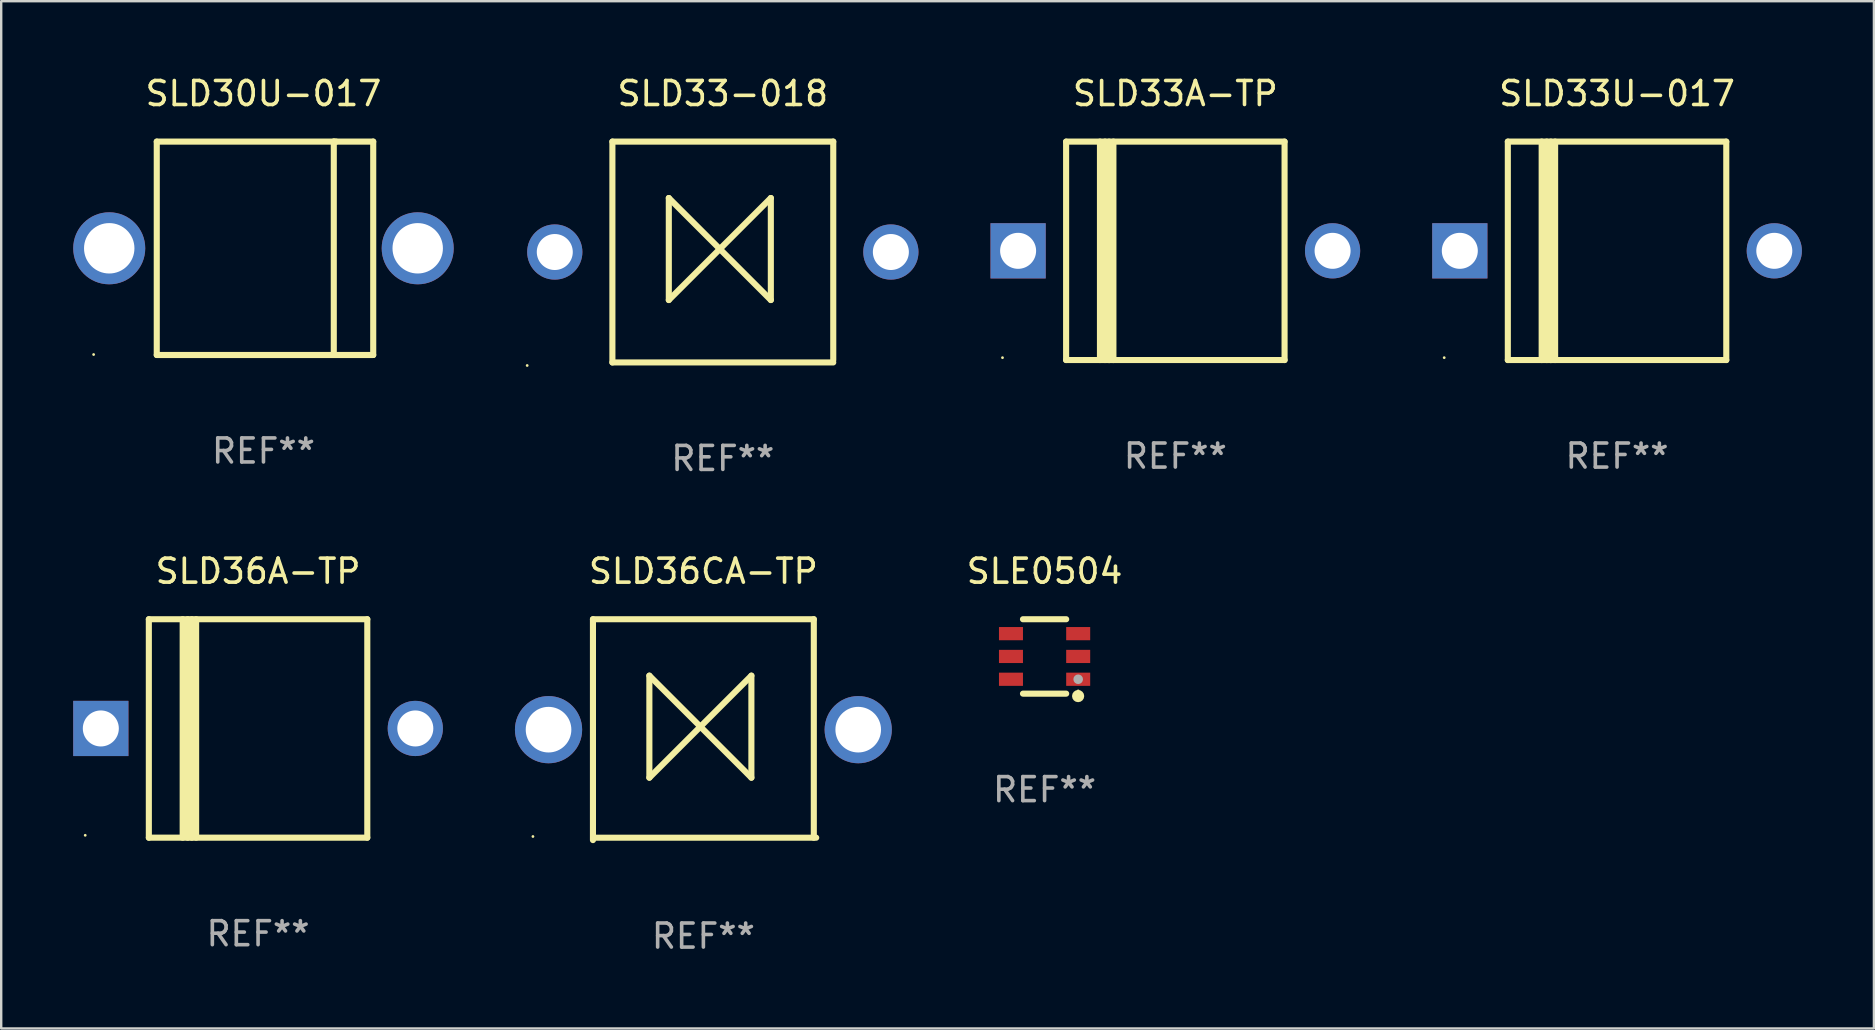
<source format=kicad_pcb>
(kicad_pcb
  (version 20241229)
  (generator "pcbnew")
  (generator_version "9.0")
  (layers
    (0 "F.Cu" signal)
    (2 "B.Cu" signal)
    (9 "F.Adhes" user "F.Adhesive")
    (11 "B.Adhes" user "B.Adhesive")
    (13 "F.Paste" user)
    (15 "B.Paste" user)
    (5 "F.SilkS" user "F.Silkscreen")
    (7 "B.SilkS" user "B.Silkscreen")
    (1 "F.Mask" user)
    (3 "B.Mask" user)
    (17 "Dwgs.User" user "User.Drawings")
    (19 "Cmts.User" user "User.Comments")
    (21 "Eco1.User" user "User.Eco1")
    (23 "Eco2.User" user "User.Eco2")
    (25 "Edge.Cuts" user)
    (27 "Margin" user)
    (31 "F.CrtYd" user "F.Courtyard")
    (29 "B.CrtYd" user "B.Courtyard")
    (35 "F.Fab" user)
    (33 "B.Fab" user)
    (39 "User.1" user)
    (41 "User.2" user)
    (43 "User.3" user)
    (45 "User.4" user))
  (footprint "SLD33U-017"
    (layer "F.Cu")
    (at 64.31 7.399)
    (property "Reference" "SLD33U-017" (at 0 -6.551 0) (layer "F.SilkS") (effects (font (size 1 1) (thickness 0.15))))
    (attr through_hole)
    (fp_line (start -4.55 -4.55) (end -4.55 4.55) (stroke (width 0.254) (type solid)) (layer "F.SilkS"))
    (fp_line (start -4.55 -4.55) (end 4.55 -4.55) (stroke (width 0.254) (type solid)) (layer "F.SilkS"))
    (fp_line (start -3.14 4.55) (end -3.14 -4.551) (stroke (width 0.254) (type solid)) (layer "F.SilkS"))
    (fp_line (start -2.93 4.55) (end -2.93 -4.551) (stroke (width 0.254) (type solid)) (layer "F.SilkS"))
    (fp_line (start -2.759 4.551) (end -2.759 -4.55) (stroke (width 0.254) (type solid)) (layer "F.SilkS"))
    (fp_line (start -2.58 4.55) (end -2.58 -4.551) (stroke (width 0.254) (type solid)) (layer "F.SilkS"))
    (fp_line (start 4.55 4.55) (end 4.55 -4.55) (stroke (width 0.254) (type solid)) (layer "F.SilkS"))
    (fp_line (start 4.55 4.549) (end -4.55 4.549) (stroke (width 0.254) (type solid)) (layer "F.SilkS"))
    (fp_circle (center -7.2 4.45) (end -7.17 4.45) (stroke (width 0.06) (type solid)) (fill no) (layer "F.SilkS"))
    (fp_text user "REF**" (at 0 8.551 0) (layer "F.Fab") (effects (font (size 1 1) (thickness 0.15))))
    (pad "1" thru_hole rect (at -6.55 -0.000483 180) (size 2.3 2.3) (drill 1.5) (layers "*.Cu" "*.Mask"))
    (pad "2" thru_hole circle (at 6.55 -0.000483) (size 2.3 2.3) (drill 1.5) (layers "*.Cu" "*.Mask")))
  (footprint "SLE0504"
    (layer "F.Cu")
    (at 40.463 24.295)
    (property "Reference" "SLE0504" (at 0 -3.55 0) (layer "F.SilkS") (effects (font (size 1 1) (thickness 0.15))))
    (attr through_hole)
    (fp_line (start -0.9 -1.55) (end 0.9 -1.55) (stroke (width 0.254) (type solid)) (layer "F.SilkS"))
    (fp_line (start -0.9 1.55) (end 0.9 1.55) (stroke (width 0.254) (type solid)) (layer "F.SilkS"))
    (fp_circle (center 1.397 1.651) (end 1.524 1.651) (stroke (width 0.254) (type solid)) (fill no) (layer "F.SilkS"))
    (fp_circle (center 1.4 1.435) (end 1.43 1.435) (stroke (width 0.06) (type solid)) (fill no) (layer "F.SilkS"))
    (fp_circle (center 1.4 0.95) (end 1.5 0.95) (stroke (width 0.2) (type solid)) (fill no) (layer "F.Fab"))
    (fp_text user "REF**" (at 0 5.55 0) (layer "F.Fab") (effects (font (size 1 1) (thickness 0.15))))
    (pad "1" smd rect (at 1.4 0.95) (size 1 0.55) (layers "F.Cu" "F.Mask" "F.Paste"))
    (pad "2" smd rect (at 1.4 -0.000102) (size 1 0.55) (layers "F.Cu" "F.Mask" "F.Paste"))
    (pad "3" smd rect (at 1.4 -0.95) (size 1 0.55) (layers "F.Cu" "F.Mask" "F.Paste"))
    (pad "4" smd rect (at -1.4 -0.95) (size 1 0.55) (layers "F.Cu" "F.Mask" "F.Paste"))
    (pad "5" smd rect (at -1.4 -0.000102) (size 1 0.55) (layers "F.Cu" "F.Mask" "F.Paste"))
    (pad "6" smd rect (at -1.4 0.95) (size 1 0.55) (layers "F.Cu" "F.Mask" "F.Paste")))
  (footprint "SLD36CA-TP"
    (layer "F.Cu")
    (at 26.25 27.345)
    (property "Reference" "SLD36CA-TP" (at 0 -6.6 0) (layer "F.SilkS") (effects (font (size 1 1) (thickness 0.15))))
    (attr through_hole)
    (fp_line (start -4.6 -4.6) (end -4.6 4.6) (stroke (width 0.254) (type solid)) (layer "F.SilkS"))
    (fp_line (start -4.6 -4.6) (end 4.6 -4.6) (stroke (width 0.254) (type solid)) (layer "F.SilkS"))
    (fp_line (start -4.5 4.5) (end 4.7 4.5) (stroke (width 0.254) (type solid)) (layer "F.SilkS"))
    (fp_line (start -2.25 -2.25) (end -2.25 2) (stroke (width 0.254) (type solid)) (layer "F.SilkS"))
    (fp_line (start -2.25 2) (end 2 -2.25) (stroke (width 0.254) (type solid)) (layer "F.SilkS"))
    (fp_line (start 2 -2.25) (end 2 2) (stroke (width 0.254) (type solid)) (layer "F.SilkS"))
    (fp_line (start 2 2) (end -2.25 -2.25) (stroke (width 0.254) (type solid)) (layer "F.SilkS"))
    (fp_line (start 4.6 -4.6) (end 4.6 4.5) (stroke (width 0.254) (type solid)) (layer "F.SilkS"))
    (fp_circle (center -7.1 4.45) (end -7.07 4.45) (stroke (width 0.06) (type solid)) (fill no) (layer "F.SilkS"))
    (fp_text user "REF**" (at 0 8.6 0) (layer "F.Fab") (effects (font (size 1 1) (thickness 0.15))))
    (pad "1" thru_hole circle (at -6.45 0) (size 2.8 2.8) (drill 1.9) (layers "*.Cu" "*.Mask"))
    (pad "2" thru_hole circle (at 6.45 0) (size 2.8 2.8) (drill 1.9) (layers "*.Cu" "*.Mask")))
  (footprint "SLD33A-TP"
    (layer "F.Cu")
    (at 45.91 7.399)
    (property "Reference" "SLD33A-TP" (at 0 -6.551 0) (layer "F.SilkS") (effects (font (size 1 1) (thickness 0.15))))
    (attr through_hole)
    (fp_line (start -4.55 -4.55) (end -4.55 4.55) (stroke (width 0.254) (type solid)) (layer "F.SilkS"))
    (fp_line (start -4.55 -4.55) (end 4.55 -4.55) (stroke (width 0.254) (type solid)) (layer "F.SilkS"))
    (fp_line (start -3.14 4.55) (end -3.14 -4.551) (stroke (width 0.254) (type solid)) (layer "F.SilkS"))
    (fp_line (start -2.93 4.55) (end -2.93 -4.551) (stroke (width 0.254) (type solid)) (layer "F.SilkS"))
    (fp_line (start -2.759 4.551) (end -2.759 -4.55) (stroke (width 0.254) (type solid)) (layer "F.SilkS"))
    (fp_line (start -2.58 4.55) (end -2.58 -4.551) (stroke (width 0.254) (type solid)) (layer "F.SilkS"))
    (fp_line (start 4.55 4.55) (end 4.55 -4.55) (stroke (width 0.254) (type solid)) (layer "F.SilkS"))
    (fp_line (start 4.55 4.549) (end -4.55 4.549) (stroke (width 0.254) (type solid)) (layer "F.SilkS"))
    (fp_circle (center -7.2 4.45) (end -7.17 4.45) (stroke (width 0.06) (type solid)) (fill no) (layer "F.SilkS"))
    (fp_text user "REF**" (at 0 8.551 0) (layer "F.Fab") (effects (font (size 1 1) (thickness 0.15))))
    (pad "1" thru_hole rect (at -6.55 -0.000483 180) (size 2.3 2.3) (drill 1.5) (layers "*.Cu" "*.Mask"))
    (pad "2" thru_hole circle (at 6.55 -0.000483) (size 2.3 2.3) (drill 1.5) (layers "*.Cu" "*.Mask")))
  (footprint "SLD36A-TP"
    (layer "F.Cu")
    (at 7.7 27.295)
    (property "Reference" "SLD36A-TP" (at 0 -6.551 0) (layer "F.SilkS") (effects (font (size 1 1) (thickness 0.15))))
    (attr through_hole)
    (fp_line (start -4.55 -4.55) (end -4.55 4.55) (stroke (width 0.254) (type solid)) (layer "F.SilkS"))
    (fp_line (start -4.55 -4.55) (end 4.55 -4.55) (stroke (width 0.254) (type solid)) (layer "F.SilkS"))
    (fp_line (start -3.14 4.55) (end -3.14 -4.551) (stroke (width 0.254) (type solid)) (layer "F.SilkS"))
    (fp_line (start -2.93 4.55) (end -2.93 -4.551) (stroke (width 0.254) (type solid)) (layer "F.SilkS"))
    (fp_line (start -2.759 4.551) (end -2.759 -4.55) (stroke (width 0.254) (type solid)) (layer "F.SilkS"))
    (fp_line (start -2.58 4.55) (end -2.58 -4.551) (stroke (width 0.254) (type solid)) (layer "F.SilkS"))
    (fp_line (start 4.55 4.55) (end 4.55 -4.55) (stroke (width 0.254) (type solid)) (layer "F.SilkS"))
    (fp_line (start 4.55 4.549) (end -4.55 4.549) (stroke (width 0.254) (type solid)) (layer "F.SilkS"))
    (fp_circle (center -7.2 4.45) (end -7.17 4.45) (stroke (width 0.06) (type solid)) (fill no) (layer "F.SilkS"))
    (fp_text user "REF**" (at 0 8.551 0) (layer "F.Fab") (effects (font (size 1 1) (thickness 0.15))))
    (pad "1" thru_hole rect (at -6.55 -0.000483 180) (size 2.3 2.3) (drill 1.5) (layers "*.Cu" "*.Mask"))
    (pad "2" thru_hole circle (at 6.55 -0.000483) (size 2.3 2.3) (drill 1.5) (layers "*.Cu" "*.Mask")))
  (footprint "SLD30U-017"
    (layer "F.Cu")
    (at 7.925 7.293)
    (property "Reference" "SLD30U-017" (at 0 -6.445 0) (layer "F.SilkS") (effects (font (size 1 1) (thickness 0.15))))
    (attr through_hole)
    (fp_line (start -4.445 -4.445) (end -4.445 4.445) (stroke (width 0.254) (type solid)) (layer "F.SilkS"))
    (fp_line (start -4.445 4.445) (end 4.572 4.445) (stroke (width 0.254) (type solid)) (layer "F.SilkS"))
    (fp_line (start 2.929 -4.445) (end 2.929 4.445) (stroke (width 0.254) (type solid)) (layer "F.SilkS"))
    (fp_line (start 3.029 -4.445) (end 2.929 -4.445) (stroke (width 0.254) (type solid)) (layer "F.SilkS"))
    (fp_line (start 4.572 -4.445) (end -4.445 -4.445) (stroke (width 0.254) (type solid)) (layer "F.SilkS"))
    (fp_line (start 4.572 4.445) (end 4.572 -4.445) (stroke (width 0.254) (type solid)) (layer "F.SilkS"))
    (fp_circle (center -7.075 4.425) (end -7.045 4.425) (stroke (width 0.06) (type solid)) (fill no) (layer "F.SilkS"))
    (fp_text user "REF**" (at 0 8.445 0) (layer "F.Fab") (effects (font (size 1 1) (thickness 0.15))))
    (pad "1" thru_hole circle (at -6.425 0) (size 3 3) (drill 2.1) (layers "*.Cu" "*.Mask"))
    (pad "2" thru_hole circle (at 6.425 0) (size 3 3) (drill 2.1) (layers "*.Cu" "*.Mask")))
  (footprint "SLD33-018"
    (layer "F.Cu")
    (at 27.06 7.448)
    (property "Reference" "SLD33-018" (at 0 -6.6 0) (layer "F.SilkS") (effects (font (size 1 1) (thickness 0.15))))
    (attr through_hole)
    (fp_line (start -4.6 -4.6) (end -4.6 4.6) (stroke (width 0.254) (type solid)) (layer "F.SilkS"))
    (fp_line (start -4.6 -4.6) (end 4.6 -4.6) (stroke (width 0.254) (type solid)) (layer "F.SilkS"))
    (fp_line (start -4.6 4.6) (end 4.6 4.6) (stroke (width 0.254) (type solid)) (layer "F.SilkS"))
    (fp_line (start -2.25 -2.25) (end -2.25 2) (stroke (width 0.254) (type solid)) (layer "F.SilkS"))
    (fp_line (start -2.25 2) (end 2 -2.25) (stroke (width 0.254) (type solid)) (layer "F.SilkS"))
    (fp_line (start 2 -2.25) (end 2 2) (stroke (width 0.254) (type solid)) (layer "F.SilkS"))
    (fp_line (start 2 2) (end -2.25 -2.25) (stroke (width 0.254) (type solid)) (layer "F.SilkS"))
    (fp_line (start 4.6 -4.6) (end 4.6 4.5) (stroke (width 0.254) (type solid)) (layer "F.SilkS"))
    (fp_circle (center -8.15 4.727) (end -8.12 4.727) (stroke (width 0.06) (type solid)) (fill no) (layer "F.SilkS"))
    (fp_text user "REF**" (at 0 8.6 0) (layer "F.Fab") (effects (font (size 1 1) (thickness 0.15))))
    (pad "1" thru_hole circle (at -7 0) (size 2.3 2.3) (drill 1.5) (layers "*.Cu" "*.Mask"))
    (pad "2" thru_hole circle (at 7 0) (size 2.3 2.3) (drill 1.5) (layers "*.Cu" "*.Mask")))
  (gr_rect
    (start -3 -3)
    (end 75.01 39.793)
    (stroke (width 0.1) (type default))
    (fill no)
    (layer "Edge.Cuts")))
</source>
